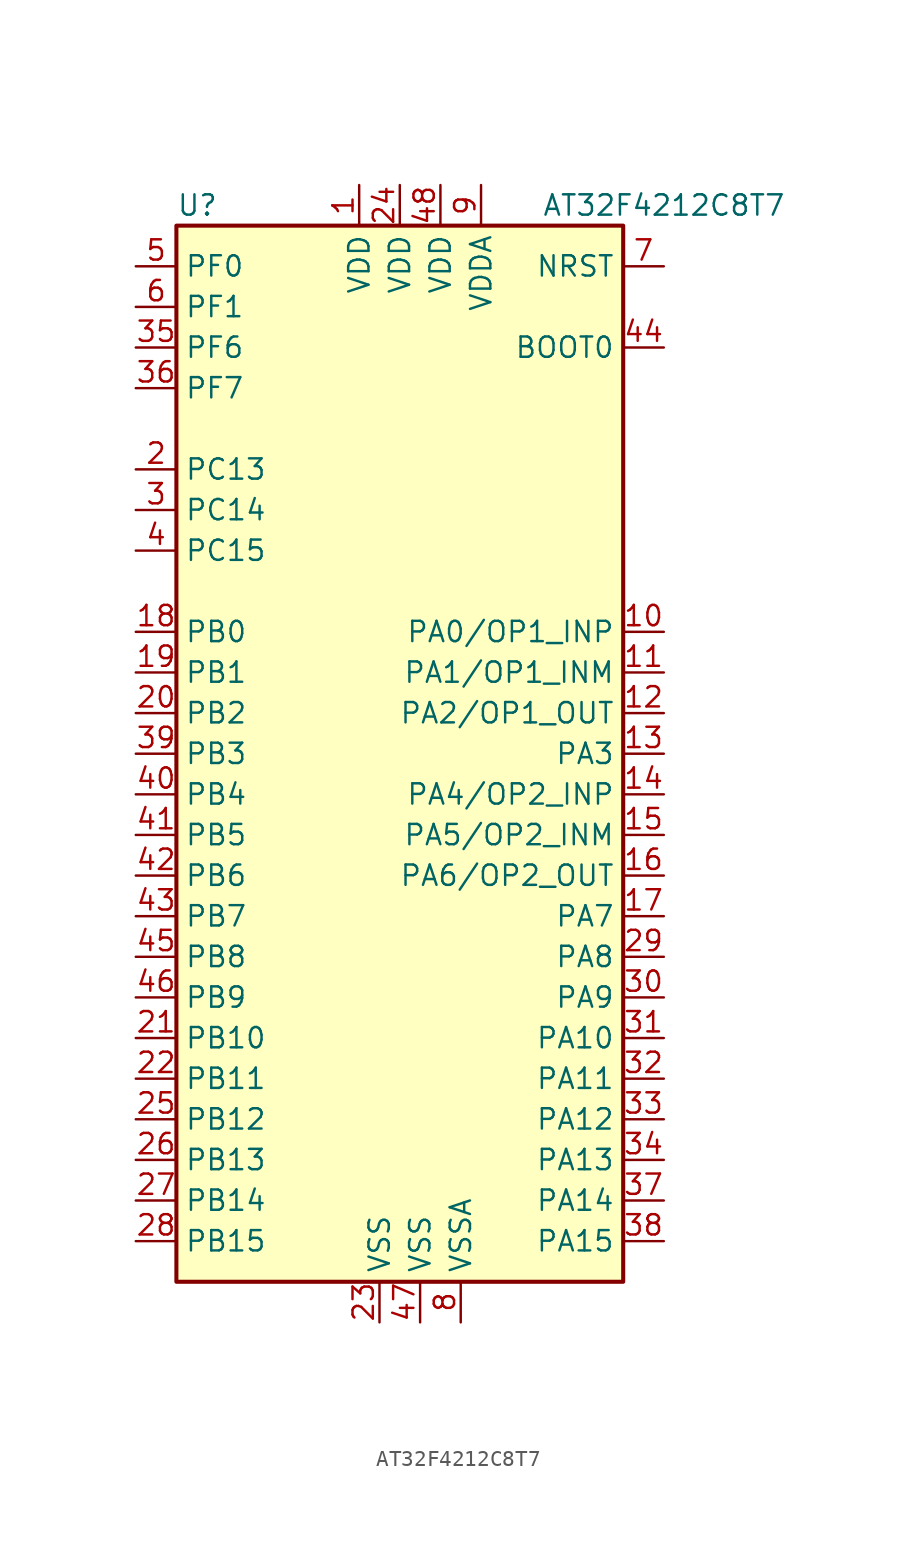
<source format=kicad_sym>
(kicad_symbol_lib
  (version 20220331)
  (generator kicad_symbol_editor)
  (symbol "AT32F4212C8T7"
    (property "Reference" "U"
      (at -15.24 34.29 0)
      (effects (font (size 1.27 1.27)) (justify left)))
    (property "Value" "AT32F4212C8T7"
      (at 7.62 34.29 0)
      (effects (font (size 1.27 1.27)) (justify left)))
    (symbol "AT32F4212C8T7_0_1"
      (rectangle (start -15.24 33.02) (end 12.7 -33.02) (stroke (width 0.254) (type default)) (fill (type background))))
    (symbol "AT32F4212C8T7_1_1"
      (pin power_in line (at -3.81 35.56 270) (length 2.54) (name "VDD" (effects (font (size 1.27 1.27)))) (number "1" (effects (font (size 1.27 1.27)))))
      (pin bidirectional line (at 15.24 7.62 180) (length 2.54) (name "PA0/OP1_INP" (effects (font (size 1.27 1.27)))) (number "10" (effects (font (size 1.27 1.27)))))
      (pin bidirectional line (at 15.24 5.08 180) (length 2.54) (name "PA1/OP1_INM" (effects (font (size 1.27 1.27)))) (number "11" (effects (font (size 1.27 1.27)))))
      (pin bidirectional line (at 15.24 2.54 180) (length 2.54) (name "PA2/OP1_OUT" (effects (font (size 1.27 1.27)))) (number "12" (effects (font (size 1.27 1.27)))))
      (pin bidirectional line (at 15.24 0 180) (length 2.54) (name "PA3" (effects (font (size 1.27 1.27)))) (number "13" (effects (font (size 1.27 1.27)))))
      (pin bidirectional line (at 15.24 -2.54 180) (length 2.54) (name "PA4/OP2_INP" (effects (font (size 1.27 1.27)))) (number "14" (effects (font (size 1.27 1.27)))))
      (pin bidirectional line (at 15.24 -5.08 180) (length 2.54) (name "PA5/OP2_INM" (effects (font (size 1.27 1.27)))) (number "15" (effects (font (size 1.27 1.27)))))
      (pin bidirectional line (at 15.24 -7.62 180) (length 2.54) (name "PA6/OP2_OUT" (effects (font (size 1.27 1.27)))) (number "16" (effects (font (size 1.27 1.27)))))
      (pin bidirectional line (at 15.24 -10.16 180) (length 2.54) (name "PA7" (effects (font (size 1.27 1.27)))) (number "17" (effects (font (size 1.27 1.27)))))
      (pin bidirectional line (at -17.78 7.62 0) (length 2.54) (name "PB0" (effects (font (size 1.27 1.27)))) (number "18" (effects (font (size 1.27 1.27)))))
      (pin bidirectional line (at -17.78 5.08 0) (length 2.54) (name "PB1" (effects (font (size 1.27 1.27)))) (number "19" (effects (font (size 1.27 1.27)))))
      (pin bidirectional line (at -17.78 17.78 0) (length 2.54) (name "PC13" (effects (font (size 1.27 1.27)))) (number "2" (effects (font (size 1.27 1.27)))))
      (pin bidirectional line (at -17.78 2.54 0) (length 2.54) (name "PB2" (effects (font (size 1.27 1.27)))) (number "20" (effects (font (size 1.27 1.27)))))
      (pin bidirectional line (at -17.78 -17.78 0) (length 2.54) (name "PB10" (effects (font (size 1.27 1.27)))) (number "21" (effects (font (size 1.27 1.27)))))
      (pin bidirectional line (at -17.78 -20.32 0) (length 2.54) (name "PB11" (effects (font (size 1.27 1.27)))) (number "22" (effects (font (size 1.27 1.27)))))
      (pin power_in line (at -2.54 -35.56 90) (length 2.54) (name "VSS" (effects (font (size 1.27 1.27)))) (number "23" (effects (font (size 1.27 1.27)))))
      (pin power_in line (at -1.27 35.56 270) (length 2.54) (name "VDD" (effects (font (size 1.27 1.27)))) (number "24" (effects (font (size 1.27 1.27)))))
      (pin bidirectional line (at -17.78 -22.86 0) (length 2.54) (name "PB12" (effects (font (size 1.27 1.27)))) (number "25" (effects (font (size 1.27 1.27)))))
      (pin bidirectional line (at -17.78 -25.4 0) (length 2.54) (name "PB13" (effects (font (size 1.27 1.27)))) (number "26" (effects (font (size 1.27 1.27)))))
      (pin bidirectional line (at -17.78 -27.94 0) (length 2.54) (name "PB14" (effects (font (size 1.27 1.27)))) (number "27" (effects (font (size 1.27 1.27)))))
      (pin bidirectional line (at -17.78 -30.48 0) (length 2.54) (name "PB15" (effects (font (size 1.27 1.27)))) (number "28" (effects (font (size 1.27 1.27)))))
      (pin bidirectional line (at 15.24 -12.7 180) (length 2.54) (name "PA8" (effects (font (size 1.27 1.27)))) (number "29" (effects (font (size 1.27 1.27)))))
      (pin bidirectional line (at -17.78 15.24 0) (length 2.54) (name "PC14" (effects (font (size 1.27 1.27)))) (number "3" (effects (font (size 1.27 1.27)))))
      (pin bidirectional line (at 15.24 -15.24 180) (length 2.54) (name "PA9" (effects (font (size 1.27 1.27)))) (number "30" (effects (font (size 1.27 1.27)))))
      (pin bidirectional line (at 15.24 -17.78 180) (length 2.54) (name "PA10" (effects (font (size 1.27 1.27)))) (number "31" (effects (font (size 1.27 1.27)))))
      (pin bidirectional line (at 15.24 -20.32 180) (length 2.54) (name "PA11" (effects (font (size 1.27 1.27)))) (number "32" (effects (font (size 1.27 1.27)))))
      (pin bidirectional line (at 15.24 -22.86 180) (length 2.54) (name "PA12" (effects (font (size 1.27 1.27)))) (number "33" (effects (font (size 1.27 1.27)))))
      (pin bidirectional line (at 15.24 -25.4 180) (length 2.54) (name "PA13" (effects (font (size 1.27 1.27)))) (number "34" (effects (font (size 1.27 1.27)))))
      (pin bidirectional line (at -17.78 25.4 0) (length 2.54) (name "PF6" (effects (font (size 1.27 1.27)))) (number "35" (effects (font (size 1.27 1.27)))))
      (pin bidirectional line (at -17.78 22.86 0) (length 2.54) (name "PF7" (effects (font (size 1.27 1.27)))) (number "36" (effects (font (size 1.27 1.27)))))
      (pin bidirectional line (at 15.24 -27.94 180) (length 2.54) (name "PA14" (effects (font (size 1.27 1.27)))) (number "37" (effects (font (size 1.27 1.27)))))
      (pin bidirectional line (at 15.24 -30.48 180) (length 2.54) (name "PA15" (effects (font (size 1.27 1.27)))) (number "38" (effects (font (size 1.27 1.27)))))
      (pin bidirectional line (at -17.78 0 0) (length 2.54) (name "PB3" (effects (font (size 1.27 1.27)))) (number "39" (effects (font (size 1.27 1.27)))))
      (pin bidirectional line (at -17.78 12.7 0) (length 2.54) (name "PC15" (effects (font (size 1.27 1.27)))) (number "4" (effects (font (size 1.27 1.27)))))
      (pin bidirectional line (at -17.78 -2.54 0) (length 2.54) (name "PB4" (effects (font (size 1.27 1.27)))) (number "40" (effects (font (size 1.27 1.27)))))
      (pin bidirectional line (at -17.78 -5.08 0) (length 2.54) (name "PB5" (effects (font (size 1.27 1.27)))) (number "41" (effects (font (size 1.27 1.27)))))
      (pin bidirectional line (at -17.78 -7.62 0) (length 2.54) (name "PB6" (effects (font (size 1.27 1.27)))) (number "42" (effects (font (size 1.27 1.27)))))
      (pin bidirectional line (at -17.78 -10.16 0) (length 2.54) (name "PB7" (effects (font (size 1.27 1.27)))) (number "43" (effects (font (size 1.27 1.27)))))
      (pin input line (at 15.24 25.4 180) (length 2.54) (name "BOOT0" (effects (font (size 1.27 1.27)))) (number "44" (effects (font (size 1.27 1.27)))))
      (pin bidirectional line (at -17.78 -12.7 0) (length 2.54) (name "PB8" (effects (font (size 1.27 1.27)))) (number "45" (effects (font (size 1.27 1.27)))))
      (pin bidirectional line (at -17.78 -15.24 0) (length 2.54) (name "PB9" (effects (font (size 1.27 1.27)))) (number "46" (effects (font (size 1.27 1.27)))))
      (pin power_in line (at 0 -35.56 90) (length 2.54) (name "VSS" (effects (font (size 1.27 1.27)))) (number "47" (effects (font (size 1.27 1.27)))))
      (pin power_in line (at 1.27 35.56 270) (length 2.54) (name "VDD" (effects (font (size 1.27 1.27)))) (number "48" (effects (font (size 1.27 1.27)))))
      (pin input line (at -17.78 30.48 0) (length 2.54) (name "PF0" (effects (font (size 1.27 1.27)))) (number "5" (effects (font (size 1.27 1.27)))))
      (pin input line (at -17.78 27.94 0) (length 2.54) (name "PF1" (effects (font (size 1.27 1.27)))) (number "6" (effects (font (size 1.27 1.27)))))
      (pin input line (at 15.24 30.48 180) (length 2.54) (name "NRST" (effects (font (size 1.27 1.27)))) (number "7" (effects (font (size 1.27 1.27)))))
      (pin power_in line (at 2.54 -35.56 90) (length 2.54) (name "VSSA" (effects (font (size 1.27 1.27)))) (number "8" (effects (font (size 1.27 1.27)))))
      (pin power_in line (at 3.81 35.56 270) (length 2.54) (name "VDDA" (effects (font (size 1.27 1.27)))) (number "9" (effects (font (size 1.27 1.27))))))))
</source>
